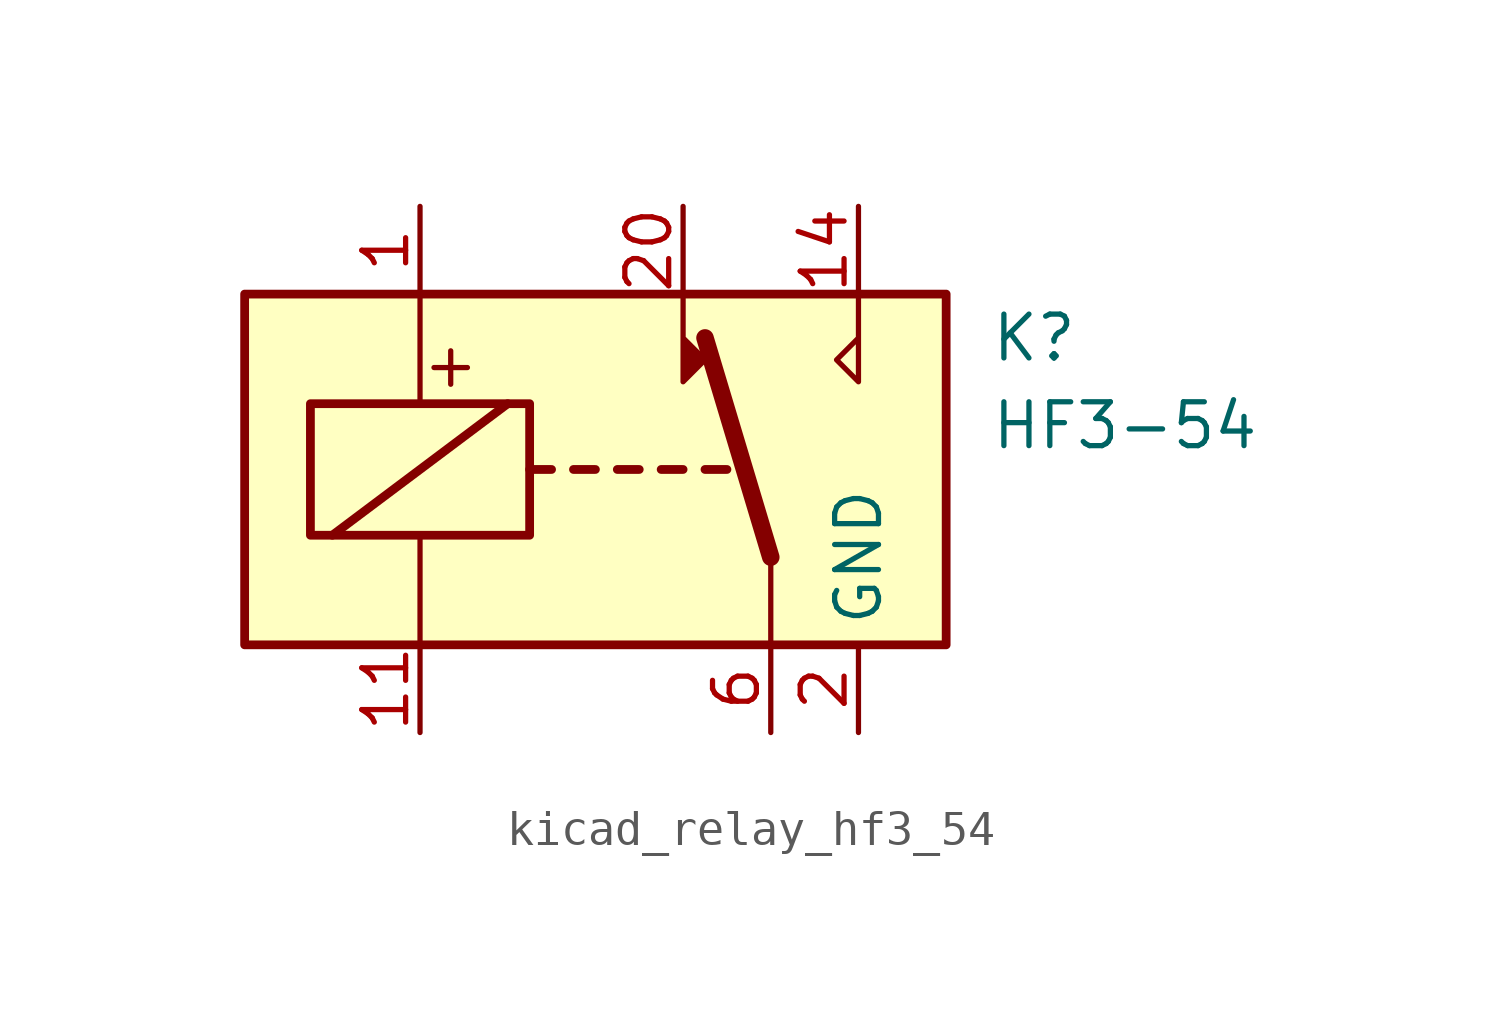
<source format=kicad_sym>
(kicad_symbol_lib
  (version 20220914)
  (generator kicad_symbol_editor)
  (symbol "kicad_relay_hf3_54"
    (property "Reference" "K"
      (at 11.43 3.81 0)
      (effects (font (size 1.27 1.27)) (justify left)))
    (property "Value" "HF3-54"
      (at 11.43 1.27 0)
      (effects (font (size 1.27 1.27)) (justify left)))
    (symbol "kicad_relay_hf3_54_0_0"
      (polyline (pts (xy 7.62 5.08) (xy 7.62 2.54) (xy 6.985 3.175) (xy 7.62 3.81)) (stroke (width 0) (type default)) (fill (type none)))
      (text "+" (at -4.191 3.048 0) (effects (font (size 1.27 1.27)))))
    (symbol "kicad_relay_hf3_54_0_1"
      (rectangle (start -10.16 5.08) (end 10.16 -5.08) (stroke (width 0.254) (type default)) (fill (type background)))
      (rectangle (start -8.255 1.905) (end -1.905 -1.905) (stroke (width 0.254) (type default)) (fill (type none)))
      (polyline (pts (xy -7.62 -1.905) (xy -2.54 1.905)) (stroke (width 0.254) (type default)) (fill (type none)))
      (polyline (pts (xy -5.08 -5.08) (xy -5.08 -1.905)) (stroke (width 0) (type default)) (fill (type none)))
      (polyline (pts (xy -5.08 5.08) (xy -5.08 1.905)) (stroke (width 0) (type default)) (fill (type none)))
      (polyline (pts (xy -1.905 0) (xy -1.27 0)) (stroke (width 0.254) (type default)) (fill (type none)))
      (polyline (pts (xy -0.635 0) (xy 0 0)) (stroke (width 0.254) (type default)) (fill (type none)))
      (polyline (pts (xy 0.635 0) (xy 1.27 0)) (stroke (width 0.254) (type default)) (fill (type none)))
      (polyline (pts (xy 1.905 0) (xy 2.54 0)) (stroke (width 0.254) (type default)) (fill (type none)))
      (polyline (pts (xy 3.175 0) (xy 3.81 0)) (stroke (width 0.254) (type default)) (fill (type none)))
      (polyline (pts (xy 5.08 -2.54) (xy 3.175 3.81)) (stroke (width 0.508) (type default)) (fill (type none)))
      (polyline (pts (xy 5.08 -2.54) (xy 5.08 -5.08)) (stroke (width 0) (type default)) (fill (type none)))
      (polyline (pts (xy 2.54 5.08) (xy 2.54 2.54) (xy 3.175 3.175) (xy 2.54 3.81)) (stroke (width 0) (type default)) (fill (type outline))))
    (symbol "kicad_relay_hf3_54_1_1"
      (pin passive line (at -5.08 7.62 270) (length 2.54) (name "~" (effects (font (size 1.27 1.27)))) (number "1" (effects (font (size 1.27 1.27)))))
      (pin passive line (at 7.62 -7.62 90) (length 2.54) hide (name "GND" (effects (font (size 1.27 1.27)))) (number "10" (effects (font (size 1.27 1.27)))))
      (pin passive line (at -5.08 -7.62 90) (length 2.54) (name "~" (effects (font (size 1.27 1.27)))) (number "11" (effects (font (size 1.27 1.27)))))
      (pin passive line (at 7.62 -7.62 90) (length 2.54) hide (name "GND" (effects (font (size 1.27 1.27)))) (number "12" (effects (font (size 1.27 1.27)))))
      (pin passive line (at 7.62 -7.62 90) (length 2.54) hide (name "GND" (effects (font (size 1.27 1.27)))) (number "13" (effects (font (size 1.27 1.27)))))
      (pin passive line (at 7.62 7.62 270) (length 2.54) (name "~" (effects (font (size 1.27 1.27)))) (number "14" (effects (font (size 1.27 1.27)))))
      (pin passive line (at 7.62 -7.62 90) (length 2.54) hide (name "GND" (effects (font (size 1.27 1.27)))) (number "15" (effects (font (size 1.27 1.27)))))
      (pin passive line (at 7.62 -7.62 90) (length 2.54) hide (name "GND" (effects (font (size 1.27 1.27)))) (number "17" (effects (font (size 1.27 1.27)))))
      (pin passive line (at 7.62 -7.62 90) (length 2.54) hide (name "GND" (effects (font (size 1.27 1.27)))) (number "19" (effects (font (size 1.27 1.27)))))
      (pin power_in line (at 7.62 -7.62 90) (length 2.54) (name "GND" (effects (font (size 1.27 1.27)))) (number "2" (effects (font (size 1.27 1.27)))))
      (pin passive line (at 2.54 7.62 270) (length 2.54) (name "~" (effects (font (size 1.27 1.27)))) (number "20" (effects (font (size 1.27 1.27)))))
      (pin passive line (at 7.62 -7.62 90) (length 2.54) hide (name "GND" (effects (font (size 1.27 1.27)))) (number "21" (effects (font (size 1.27 1.27)))))
      (pin passive line (at 7.62 -7.62 90) (length 2.54) hide (name "GND" (effects (font (size 1.27 1.27)))) (number "22" (effects (font (size 1.27 1.27)))))
      (pin passive line (at 7.62 -7.62 90) (length 2.54) hide (name "GND" (effects (font (size 1.27 1.27)))) (number "5" (effects (font (size 1.27 1.27)))))
      (pin passive line (at 5.08 -7.62 90) (length 2.54) (name "~" (effects (font (size 1.27 1.27)))) (number "6" (effects (font (size 1.27 1.27)))))
      (pin passive line (at 7.62 -7.62 90) (length 2.54) hide (name "GND" (effects (font (size 1.27 1.27)))) (number "7" (effects (font (size 1.27 1.27))))))))
</source>
